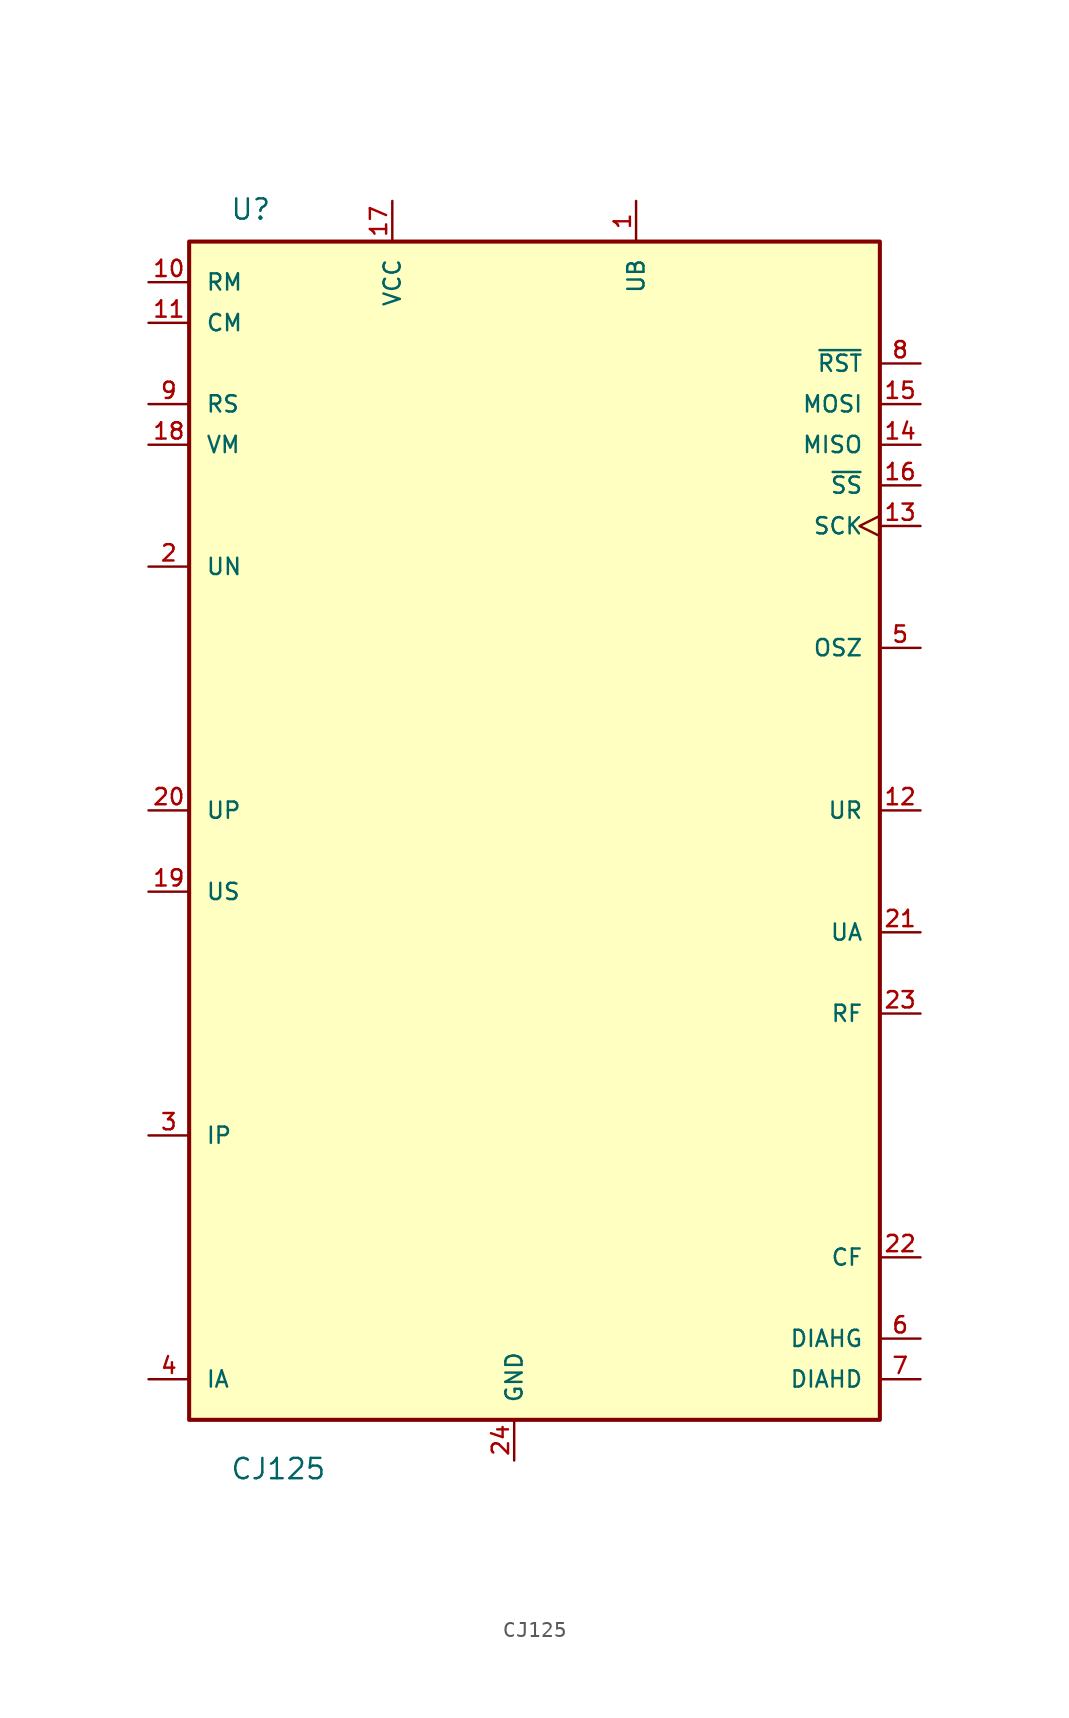
<source format=kicad_sym>
(kicad_symbol_lib
  (version 20211014)
  (generator kicad_symbol_editor)
  (symbol "CJ125"
    (pin_names
      (offset 1.016))
    (property "Reference" "U"
      (at -20.32 36.83 0)
      (effects (font (size 1.27 1.27)) (justify bottom left)))
    (property "Value" "CJ125"
      (at -20.32 -41.91 0)
      (effects (font (size 1.27 1.27)) (justify bottom left)))
    (symbol "CJ125_0_0"
      (rectangle (start -22.86 -38.1) (end 20.32 35.56) (stroke (width 0.254)) (fill (type background)))
      (pin passive line (at -25.4 33.02 0) (length 2.54) (name "RM" (effects (font (size 1.016 1.016)))) (number "10" (effects (font (size 1.016 1.016)))))
      (pin passive line (at -25.4 30.48 0) (length 2.54) (name "CM" (effects (font (size 1.016 1.016)))) (number "11" (effects (font (size 1.016 1.016)))))
      (pin passive line (at -10.16 38.1 270.0) (length 2.54) (name "VCC" (effects (font (size 1.016 1.016)))) (number "17" (effects (font (size 1.016 1.016)))))
      (pin passive line (at 5.08 38.1 270.0) (length 2.54) (name "UB" (effects (font (size 1.016 1.016)))) (number "1" (effects (font (size 1.016 1.016)))))
      (pin input line (at 22.86 27.94 180.0) (length 2.54) (name "~{RST}" (effects (font (size 1.016 1.016)))) (number "8" (effects (font (size 1.016 1.016)))))
      (pin input line (at 22.86 25.4 180.0) (length 2.54) (name "MOSI" (effects (font (size 1.016 1.016)))) (number "15" (effects (font (size 1.016 1.016)))))
      (pin output line (at 22.86 22.86 180.0) (length 2.54) (name "MISO" (effects (font (size 1.016 1.016)))) (number "14" (effects (font (size 1.016 1.016)))))
      (pin output line (at 22.86 20.32 180.0) (length 2.54) (name "~{SS}" (effects (font (size 1.016 1.016)))) (number "16" (effects (font (size 1.016 1.016)))))
      (pin output clock (at 22.86 17.78 180.0) (length 2.54) (name "SCK" (effects (font (size 1.016 1.016)))) (number "13" (effects (font (size 1.016 1.016)))))
      (pin passive line (at 22.86 10.16 180.0) (length 2.54) (name "OSZ" (effects (font (size 1.016 1.016)))) (number "5" (effects (font (size 1.016 1.016)))))
      (pin passive line (at 22.86 0.0 180.0) (length 2.54) (name "UR" (effects (font (size 1.016 1.016)))) (number "12" (effects (font (size 1.016 1.016)))))
      (pin passive line (at 22.86 -7.62 180.0) (length 2.54) (name "UA" (effects (font (size 1.016 1.016)))) (number "21" (effects (font (size 1.016 1.016)))))
      (pin passive line (at 22.86 -12.7 180.0) (length 2.54) (name "RF" (effects (font (size 1.016 1.016)))) (number "23" (effects (font (size 1.016 1.016)))))
      (pin passive line (at 22.86 -27.94 180.0) (length 2.54) (name "CF" (effects (font (size 1.016 1.016)))) (number "22" (effects (font (size 1.016 1.016)))))
      (pin input line (at 22.86 -33.02 180.0) (length 2.54) (name "DIAHG" (effects (font (size 1.016 1.016)))) (number "6" (effects (font (size 1.016 1.016)))))
      (pin input line (at 22.86 -35.56 180.0) (length 2.54) (name "DIAHD" (effects (font (size 1.016 1.016)))) (number "7" (effects (font (size 1.016 1.016)))))
      (pin passive line (at -2.54 -40.64 90.0) (length 2.54) (name "GND" (effects (font (size 1.016 1.016)))) (number "24" (effects (font (size 1.016 1.016)))))
      (pin passive line (at -25.4 -35.56 0) (length 2.54) (name "IA" (effects (font (size 1.016 1.016)))) (number "4" (effects (font (size 1.016 1.016)))))
      (pin passive line (at -25.4 -20.32 0) (length 2.54) (name "IP" (effects (font (size 1.016 1.016)))) (number "3" (effects (font (size 1.016 1.016)))))
      (pin passive line (at -25.4 22.86 0) (length 2.54) (name "VM" (effects (font (size 1.016 1.016)))) (number "18" (effects (font (size 1.016 1.016)))))
      (pin passive line (at -25.4 -5.08 0) (length 2.54) (name "US" (effects (font (size 1.016 1.016)))) (number "19" (effects (font (size 1.016 1.016)))))
      (pin passive line (at -25.4 0.0 0) (length 2.54) (name "UP" (effects (font (size 1.016 1.016)))) (number "20" (effects (font (size 1.016 1.016)))))
      (pin passive line (at -25.4 15.24 0) (length 2.54) (name "UN" (effects (font (size 1.016 1.016)))) (number "2" (effects (font (size 1.016 1.016)))))
      (pin passive line (at -25.4 25.4 0) (length 2.54) (name "RS" (effects (font (size 1.016 1.016)))) (number "9" (effects (font (size 1.016 1.016))))))))
</source>
